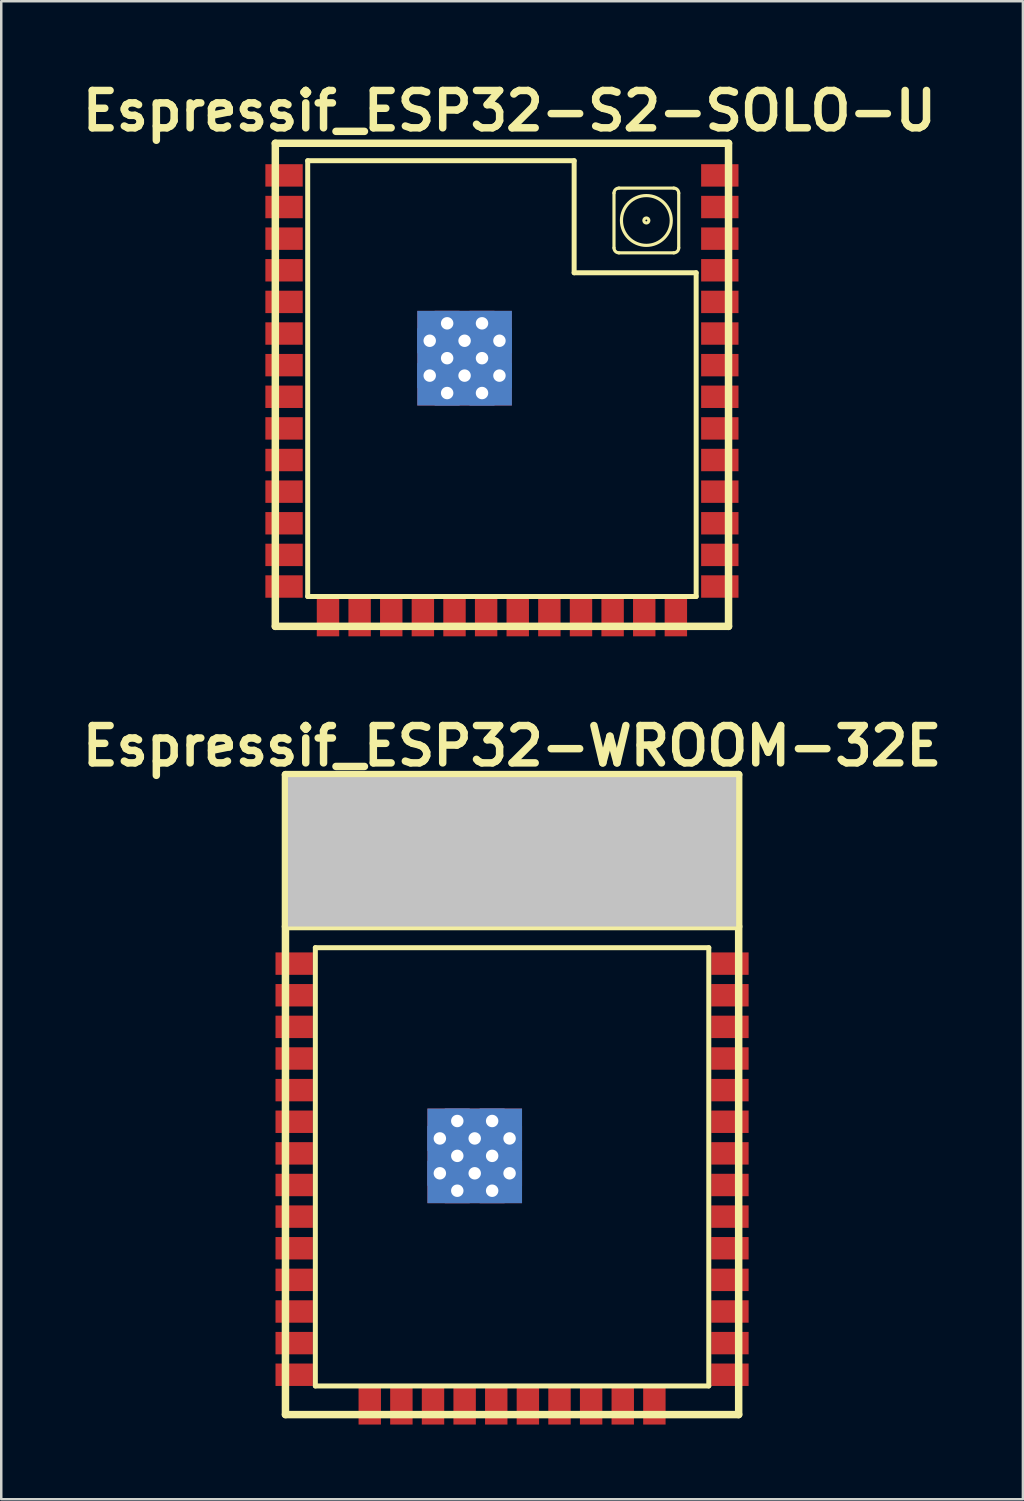
<source format=kicad_pcb>
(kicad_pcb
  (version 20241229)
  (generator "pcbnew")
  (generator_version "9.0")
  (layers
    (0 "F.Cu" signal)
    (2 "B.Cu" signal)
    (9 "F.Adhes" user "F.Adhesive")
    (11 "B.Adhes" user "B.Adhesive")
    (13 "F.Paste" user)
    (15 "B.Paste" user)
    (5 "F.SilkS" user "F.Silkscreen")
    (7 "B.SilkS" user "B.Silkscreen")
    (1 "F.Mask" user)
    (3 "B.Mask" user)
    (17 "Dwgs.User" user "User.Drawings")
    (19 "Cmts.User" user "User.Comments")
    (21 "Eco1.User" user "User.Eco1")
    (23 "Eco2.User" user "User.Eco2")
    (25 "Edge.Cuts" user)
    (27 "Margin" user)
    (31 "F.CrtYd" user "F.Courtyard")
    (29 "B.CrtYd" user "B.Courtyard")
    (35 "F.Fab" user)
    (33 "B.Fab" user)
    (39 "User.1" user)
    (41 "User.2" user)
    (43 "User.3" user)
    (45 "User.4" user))
  (footprint "Espressif_ESP32-WROOM-32E"
    (layer "F.Cu")
    (at 17.514 40.908)
    (property "Reference" "Espressif_ESP32-WROOM-32E" (at 0 -14 0) (layer "F.SilkS") (effects (font (size 1.5 1.5) (thickness 0.3))))
    (attr smd)
    (fp_line (start -9.1 -12.85) (end 9.1 -12.85) (stroke (width 0.3) (type solid)) (layer "F.SilkS"))
    (fp_line (start -9.1 -6.75) (end 9.1 -6.75) (stroke (width 0.3) (type solid)) (layer "F.SilkS"))
    (fp_line (start -9.1 12.85) (end -9.1 -12.85) (stroke (width 0.3) (type solid)) (layer "F.SilkS"))
    (fp_line (start -7.9 -5.9) (end -7.9 11.7) (stroke (width 0.2) (type solid)) (layer "F.SilkS"))
    (fp_line (start -6.6 -11.3) (end -6.6 -7.6) (stroke (width 0.381) (type solid)) (layer "F.SilkS"))
    (fp_line (start -6.6 -11.3) (end -4.4 -11.3) (stroke (width 0.381) (type solid)) (layer "F.SilkS"))
    (fp_line (start -4.4 -11.3) (end -4.4 -8.3) (stroke (width 0.381) (type solid)) (layer "F.SilkS"))
    (fp_line (start -2.2 -11.3) (end -2.2 -8.3) (stroke (width 0.381) (type solid)) (layer "F.SilkS"))
    (fp_line (start -2.2 -11.3) (end 0 -11.3) (stroke (width 0.381) (type solid)) (layer "F.SilkS"))
    (fp_line (start -2.2 -8.3) (end -4.4 -8.3) (stroke (width 0.381) (type solid)) (layer "F.SilkS"))
    (fp_line (start 0 -11.3) (end 0 -8.3) (stroke (width 0.381) (type solid)) (layer "F.SilkS"))
    (fp_line (start 2.2 -11.3) (end 2.2 -8.3) (stroke (width 0.381) (type solid)) (layer "F.SilkS"))
    (fp_line (start 2.2 -8.3) (end 0 -8.3) (stroke (width 0.381) (type solid)) (layer "F.SilkS"))
    (fp_line (start 4.4 -11.3) (end 4.4 -6.8) (stroke (width 0.381) (type solid)) (layer "F.SilkS"))
    (fp_line (start 6.6 -11.3) (end 2.2 -11.3) (stroke (width 0.381) (type solid)) (layer "F.SilkS"))
    (fp_line (start 6.6 -11.3) (end 6.6 -6.8) (stroke (width 0.381) (type solid)) (layer "F.SilkS"))
    (fp_line (start 7.9 -5.9) (end -7.9 -5.9) (stroke (width 0.2) (type solid)) (layer "F.SilkS"))
    (fp_line (start 7.9 -5.9) (end 7.9 11.7) (stroke (width 0.2) (type solid)) (layer "F.SilkS"))
    (fp_line (start 7.9 11.7) (end -7.9 11.7) (stroke (width 0.2) (type solid)) (layer "F.SilkS"))
    (fp_line (start 9.1 12.85) (end -9.1 12.85) (stroke (width 0.3) (type solid)) (layer "F.SilkS"))
    (fp_line (start 9.1 12.85) (end 9.1 -12.85) (stroke (width 0.3) (type solid)) (layer "F.SilkS"))
    (pad "" smd rect (at 0 -9.75) (size 18 6) (layers "Dwgs.User"))
    (pad "1" smd rect (at -8.75 -5.26) (size 1.5 0.9) (layers "F.Cu" "F.Mask" "F.Paste"))
    (pad "2" smd rect (at -8.75 -3.99) (size 1.5 0.9) (layers "F.Cu" "F.Mask" "F.Paste"))
    (pad "3" smd rect (at -8.75 -2.72) (size 1.5 0.9) (layers "F.Cu" "F.Mask" "F.Paste"))
    (pad "4" smd rect (at -8.75 -1.45) (size 1.5 0.9) (layers "F.Cu" "F.Mask" "F.Paste"))
    (pad "5" smd rect (at -8.75 -0.18) (size 1.5 0.9) (layers "F.Cu" "F.Mask" "F.Paste"))
    (pad "6" smd rect (at -8.75 1.09) (size 1.5 0.9) (layers "F.Cu" "F.Mask" "F.Paste"))
    (pad "7" smd rect (at -8.75 2.36) (size 1.5 0.9) (layers "F.Cu" "F.Mask" "F.Paste"))
    (pad "8" smd rect (at -8.75 3.63) (size 1.5 0.9) (layers "F.Cu" "F.Mask" "F.Paste"))
    (pad "9" smd rect (at -8.75 4.9) (size 1.5 0.9) (layers "F.Cu" "F.Mask" "F.Paste"))
    (pad "10" smd rect (at -8.75 6.17) (size 1.5 0.9) (layers "F.Cu" "F.Mask" "F.Paste"))
    (pad "11" smd rect (at -8.75 7.44) (size 1.5 0.9) (layers "F.Cu" "F.Mask" "F.Paste"))
    (pad "12" smd rect (at -8.75 8.71) (size 1.5 0.9) (layers "F.Cu" "F.Mask" "F.Paste"))
    (pad "13" smd rect (at -8.75 9.98) (size 1.5 0.9) (layers "F.Cu" "F.Mask" "F.Paste"))
    (pad "14" smd rect (at -8.75 11.25 180) (size 1.5 0.9) (layers "F.Cu" "F.Mask" "F.Paste"))
    (pad "15" smd rect (at -5.715 12.5 90) (size 1.5 0.9) (layers "F.Cu" "F.Mask" "F.Paste"))
    (pad "16" smd rect (at -4.445 12.5 90) (size 1.5 0.9) (layers "F.Cu" "F.Mask" "F.Paste"))
    (pad "17" smd rect (at -3.175 12.5 90) (size 1.5 0.9) (layers "F.Cu" "F.Mask" "F.Paste"))
    (pad "18" smd rect (at -1.905 12.5 90) (size 1.5 0.9) (layers "F.Cu" "F.Mask" "F.Paste"))
    (pad "19" smd rect (at -0.635 12.5 90) (size 1.5 0.9) (layers "F.Cu" "F.Mask" "F.Paste"))
    (pad "20" smd rect (at 0.635 12.5 90) (size 1.5 0.9) (layers "F.Cu" "F.Mask" "F.Paste"))
    (pad "21" smd rect (at 1.905 12.5 90) (size 1.5 0.9) (layers "F.Cu" "F.Mask" "F.Paste"))
    (pad "22" smd rect (at 3.175 12.5 90) (size 1.5 0.9) (layers "F.Cu" "F.Mask" "F.Paste"))
    (pad "23" smd rect (at 4.445 12.5 90) (size 1.5 0.9) (layers "F.Cu" "F.Mask" "F.Paste"))
    (pad "24" smd rect (at 5.715 12.5 90) (size 1.5 0.9) (layers "F.Cu" "F.Mask" "F.Paste"))
    (pad "25" smd rect (at 8.75 11.25) (size 1.5 0.9) (layers "F.Cu" "F.Mask" "F.Paste"))
    (pad "26" smd rect (at 8.75 9.98) (size 1.5 0.9) (layers "F.Cu" "F.Mask" "F.Paste"))
    (pad "27" smd rect (at 8.75 8.71) (size 1.5 0.9) (layers "F.Cu" "F.Mask" "F.Paste"))
    (pad "28" smd rect (at 8.75 7.44) (size 1.5 0.9) (layers "F.Cu" "F.Mask" "F.Paste"))
    (pad "29" smd rect (at 8.75 6.17) (size 1.5 0.9) (layers "F.Cu" "F.Mask" "F.Paste"))
    (pad "30" smd rect (at 8.75 4.9) (size 1.5 0.9) (layers "F.Cu" "F.Mask" "F.Paste"))
    (pad "31" smd rect (at 8.75 3.63) (size 1.5 0.9) (layers "F.Cu" "F.Mask" "F.Paste"))
    (pad "32" smd rect (at 8.75 2.36) (size 1.5 0.9) (layers "F.Cu" "F.Mask" "F.Paste"))
    (pad "33" smd rect (at 8.75 1.09) (size 1.5 0.9) (layers "F.Cu" "F.Mask" "F.Paste"))
    (pad "34" smd rect (at 8.75 -0.18) (size 1.5 0.9) (layers "F.Cu" "F.Mask" "F.Paste"))
    (pad "35" smd rect (at 8.75 -1.45) (size 1.5 0.9) (layers "F.Cu" "F.Mask" "F.Paste"))
    (pad "36" smd rect (at 8.75 -2.72) (size 1.5 0.9) (layers "F.Cu" "F.Mask" "F.Paste"))
    (pad "37" smd rect (at 8.75 -3.99) (size 1.5 0.9) (layers "F.Cu" "F.Mask" "F.Paste"))
    (pad "38" smd rect (at 8.75 -5.26) (size 1.5 0.9) (layers "F.Cu" "F.Mask" "F.Paste"))
    (pad "39" smd rect (at -2.9 1.06) (size 0.9 0.9) (layers "F.Cu" "F.Mask" "F.Paste"))
    (pad "39" thru_hole rect (at -2.9 1.76) (size 1 1) (drill 0.5) (layers "*.Cu"))
    (pad "39" smd rect (at -2.9 2.46) (size 0.9 0.9) (layers "F.Cu" "F.Mask" "F.Paste"))
    (pad "39" thru_hole rect (at -2.9 3.16) (size 1 1) (drill 0.5) (layers "*.Cu"))
    (pad "39" smd rect (at -2.9 3.86) (size 0.9 0.9) (layers "F.Cu" "F.Mask" "F.Paste"))
    (pad "39" thru_hole rect (at -2.2 1.06) (size 1 1) (drill 0.5) (layers "*.Cu"))
    (pad "39" thru_hole rect (at -2.2 2.46) (size 1 1) (drill 0.5) (layers "*.Cu"))
    (pad "39" thru_hole rect (at -2.2 3.86) (size 1 1) (drill 0.5) (layers "*.Cu"))
    (pad "39" smd rect (at -1.5 1.06) (size 0.9 0.9) (layers "F.Cu" "F.Mask" "F.Paste"))
    (pad "39" thru_hole rect (at -1.5 1.76) (size 1 1) (drill 0.5) (layers "*.Cu"))
    (pad "39" smd rect (at -1.5 2.46) (size 0.9 0.9) (layers "F.Cu" "F.Mask" "F.Paste"))
    (pad "39" smd rect (at -1.5 2.46) (size 3.8 3.8) (layers "F.Cu"))
    (pad "39" smd rect (at -1.5 2.46) (size 3.8 3.8) (layers "B.Cu"))
    (pad "39" thru_hole rect (at -1.5 3.16) (size 1 1) (drill 0.5) (layers "*.Cu"))
    (pad "39" smd rect (at -1.5 3.86) (size 0.9 0.9) (layers "F.Cu" "F.Mask" "F.Paste"))
    (pad "39" thru_hole rect (at -0.8 1.06) (size 1 1) (drill 0.5) (layers "*.Cu"))
    (pad "39" thru_hole rect (at -0.8 2.46) (size 1 1) (drill 0.5) (layers "*.Cu"))
    (pad "39" thru_hole rect (at -0.8 3.86) (size 1 1) (drill 0.5) (layers "*.Cu"))
    (pad "39" smd rect (at -0.1 1.06) (size 0.9 0.9) (layers "F.Cu" "F.Mask" "F.Paste"))
    (pad "39" thru_hole rect (at -0.1 1.76) (size 1 1) (drill 0.5) (layers "*.Cu"))
    (pad "39" smd rect (at -0.1 2.46) (size 0.9 0.9) (layers "F.Cu" "F.Mask" "F.Paste"))
    (pad "39" thru_hole rect (at -0.1 3.16) (size 1 1) (drill 0.5) (layers "*.Cu"))
    (pad "39" smd rect (at -0.1 3.86) (size 0.9 0.9) (layers "F.Cu" "F.Mask" "F.Paste")))
  (footprint "Espressif_ESP32-S2-SOLO-U"
    (layer "F.Cu")
    (at 17.107 12.404)
    (property "Reference" "Espressif_ESP32-S2-SOLO-U" (at 0.3 -11 0) (layer "F.SilkS") (effects (font (size 1.5 1.5) (thickness 0.3))))
    (attr smd)
    (fp_line (start -9.1 -9.7) (end 9.1 -9.7) (stroke (width 0.3) (type solid)) (layer "F.SilkS"))
    (fp_line (start -9.1 9.7) (end -9.1 -9.7) (stroke (width 0.3) (type solid)) (layer "F.SilkS"))
    (fp_line (start -7.8 -9) (end -7.8 8.5) (stroke (width 0.2) (type solid)) (layer "F.SilkS"))
    (fp_line (start 2.9 -9) (end -7.8 -9) (stroke (width 0.2) (type solid)) (layer "F.SilkS"))
    (fp_line (start 2.9 -9) (end 2.9 -4.5) (stroke (width 0.2) (type solid)) (layer "F.SilkS"))
    (fp_line (start 4.5 -5.5) (end 4.5 -7.7) (stroke (width 0.127) (type solid)) (layer "F.SilkS"))
    (fp_line (start 4.7 -7.9) (end 6.9 -7.9) (stroke (width 0.127) (type solid)) (layer "F.SilkS"))
    (fp_line (start 6.9 -5.3) (end 4.7 -5.3) (stroke (width 0.127) (type solid)) (layer "F.SilkS"))
    (fp_line (start 7.1 -7.7) (end 7.1 -5.5) (stroke (width 0.127) (type solid)) (layer "F.SilkS"))
    (fp_line (start 7.8 -4.5) (end 2.9 -4.5) (stroke (width 0.2) (type solid)) (layer "F.SilkS"))
    (fp_line (start 7.8 -4.5) (end 7.8 8.5) (stroke (width 0.2) (type solid)) (layer "F.SilkS"))
    (fp_line (start 7.8 8.5) (end -7.8 8.5) (stroke (width 0.2) (type solid)) (layer "F.SilkS"))
    (fp_line (start 9.1 9.7) (end -9.1 9.7) (stroke (width 0.3) (type solid)) (layer "F.SilkS"))
    (fp_line (start 9.1 9.7) (end 9.1 -9.7) (stroke (width 0.3) (type solid)) (layer "F.SilkS"))
    (fp_arc (start 4.5 -7.7) (mid 4.558579 -7.841421) (end 4.7 -7.9) (stroke (width 0.127) (type solid)) (layer "F.SilkS"))
    (fp_arc (start 4.7 -5.3) (mid 4.558579 -5.358579) (end 4.5 -5.5) (stroke (width 0.127) (type solid)) (layer "F.SilkS"))
    (fp_arc (start 6.9 -7.9) (mid 7.041421 -7.841421) (end 7.1 -7.7) (stroke (width 0.127) (type solid)) (layer "F.SilkS"))
    (fp_arc (start 7.1 -5.5) (mid 7.041421 -5.358579) (end 6.9 -5.3) (stroke (width 0.127) (type solid)) (layer "F.SilkS"))
    (fp_circle (center 5.8 -6.6) (end 4.8 -6.6) (stroke (width 0.127) (type solid)) (fill no) (layer "F.SilkS"))
    (fp_circle (center 5.8 -6.6) (end 5.7 -6.6) (stroke (width 0.127) (type solid)) (fill no) (layer "F.SilkS"))
    (pad "1" smd rect (at -8.75 -8.41) (size 1.5 0.9) (layers "F.Cu" "F.Mask" "F.Paste"))
    (pad "2" smd rect (at -8.75 -7.14) (size 1.5 0.9) (layers "F.Cu" "F.Mask" "F.Paste"))
    (pad "3" smd rect (at -8.75 -5.87) (size 1.5 0.9) (layers "F.Cu" "F.Mask" "F.Paste"))
    (pad "4" smd rect (at -8.75 -4.6) (size 1.5 0.9) (layers "F.Cu" "F.Mask" "F.Paste"))
    (pad "5" smd rect (at -8.75 -3.33) (size 1.5 0.9) (layers "F.Cu" "F.Mask" "F.Paste"))
    (pad "6" smd rect (at -8.75 -2.06) (size 1.5 0.9) (layers "F.Cu" "F.Mask" "F.Paste"))
    (pad "7" smd rect (at -8.75 -0.79) (size 1.5 0.9) (layers "F.Cu" "F.Mask" "F.Paste"))
    (pad "8" smd rect (at -8.75 0.48) (size 1.5 0.9) (layers "F.Cu" "F.Mask" "F.Paste"))
    (pad "9" smd rect (at -8.75 1.75) (size 1.5 0.9) (layers "F.Cu" "F.Mask" "F.Paste"))
    (pad "10" smd rect (at -8.75 3.02) (size 1.5 0.9) (layers "F.Cu" "F.Mask" "F.Paste"))
    (pad "11" smd rect (at -8.75 4.29) (size 1.5 0.9) (layers "F.Cu" "F.Mask" "F.Paste"))
    (pad "12" smd rect (at -8.75 5.56) (size 1.5 0.9) (layers "F.Cu" "F.Mask" "F.Paste"))
    (pad "13" smd rect (at -8.75 6.83) (size 1.5 0.9) (layers "F.Cu" "F.Mask" "F.Paste"))
    (pad "14" smd rect (at -8.75 8.1 180) (size 1.5 0.9) (layers "F.Cu" "F.Mask" "F.Paste"))
    (pad "15" smd rect (at -6.985 9.35 90) (size 1.5 0.9) (layers "F.Cu" "F.Mask" "F.Paste"))
    (pad "16" smd rect (at -5.715 9.35 90) (size 1.5 0.9) (layers "F.Cu" "F.Mask" "F.Paste"))
    (pad "17" smd rect (at -4.445 9.35 90) (size 1.5 0.9) (layers "F.Cu" "F.Mask" "F.Paste"))
    (pad "18" smd rect (at -3.175 9.35 90) (size 1.5 0.9) (layers "F.Cu" "F.Mask" "F.Paste"))
    (pad "19" smd rect (at -1.905 9.35 90) (size 1.5 0.9) (layers "F.Cu" "F.Mask" "F.Paste"))
    (pad "20" smd rect (at -0.635 9.35 90) (size 1.5 0.9) (layers "F.Cu" "F.Mask" "F.Paste"))
    (pad "21" smd rect (at 0.635 9.35 90) (size 1.5 0.9) (layers "F.Cu" "F.Mask" "F.Paste"))
    (pad "22" smd rect (at 1.905 9.35 90) (size 1.5 0.9) (layers "F.Cu" "F.Mask" "F.Paste"))
    (pad "23" smd rect (at 3.175 9.35 90) (size 1.5 0.9) (layers "F.Cu" "F.Mask" "F.Paste"))
    (pad "24" smd rect (at 4.445 9.35 90) (size 1.5 0.9) (layers "F.Cu" "F.Mask" "F.Paste"))
    (pad "25" smd rect (at 5.715 9.35 90) (size 1.5 0.9) (layers "F.Cu" "F.Mask" "F.Paste"))
    (pad "26" smd rect (at 6.985 9.35 90) (size 1.5 0.9) (layers "F.Cu" "F.Mask" "F.Paste"))
    (pad "27" smd rect (at 8.75 8.1) (size 1.5 0.9) (layers "F.Cu" "F.Mask" "F.Paste"))
    (pad "28" smd rect (at 8.75 6.83) (size 1.5 0.9) (layers "F.Cu" "F.Mask" "F.Paste"))
    (pad "29" smd rect (at 8.75 5.56) (size 1.5 0.9) (layers "F.Cu" "F.Mask" "F.Paste"))
    (pad "30" smd rect (at 8.75 4.29) (size 1.5 0.9) (layers "F.Cu" "F.Mask" "F.Paste"))
    (pad "31" smd rect (at 8.75 3.02) (size 1.5 0.9) (layers "F.Cu" "F.Mask" "F.Paste"))
    (pad "32" smd rect (at 8.75 1.75) (size 1.5 0.9) (layers "F.Cu" "F.Mask" "F.Paste"))
    (pad "33" smd rect (at 8.75 0.48) (size 1.5 0.9) (layers "F.Cu" "F.Mask" "F.Paste"))
    (pad "34" smd rect (at 8.75 -0.79) (size 1.5 0.9) (layers "F.Cu" "F.Mask" "F.Paste"))
    (pad "35" smd rect (at 8.75 -2.06) (size 1.5 0.9) (layers "F.Cu" "F.Mask" "F.Paste"))
    (pad "36" smd rect (at 8.75 -3.33) (size 1.5 0.9) (layers "F.Cu" "F.Mask" "F.Paste"))
    (pad "37" smd rect (at 8.75 -4.6) (size 1.5 0.9) (layers "F.Cu" "F.Mask" "F.Paste"))
    (pad "38" smd rect (at 8.75 -5.87) (size 1.5 0.9) (layers "F.Cu" "F.Mask" "F.Paste"))
    (pad "39" smd rect (at 8.75 -7.14) (size 1.5 0.9) (layers "F.Cu" "F.Mask" "F.Paste"))
    (pad "40" smd rect (at 8.75 -8.41) (size 1.5 0.9) (layers "F.Cu" "F.Mask" "F.Paste"))
    (pad "41" smd rect (at -2.9 -2.47) (size 0.9 0.9) (layers "F.Cu" "F.Mask" "F.Paste"))
    (pad "41" thru_hole rect (at -2.9 -1.77) (size 1 1) (drill 0.5) (layers "*.Cu"))
    (pad "41" smd rect (at -2.9 -1.07) (size 0.9 0.9) (layers "F.Cu" "F.Mask" "F.Paste"))
    (pad "41" thru_hole rect (at -2.9 -0.37) (size 1 1) (drill 0.5) (layers "*.Cu"))
    (pad "41" smd rect (at -2.9 0.33) (size 0.9 0.9) (layers "F.Cu" "F.Mask" "F.Paste"))
    (pad "41" thru_hole rect (at -2.2 -2.47) (size 1 1) (drill 0.5) (layers "*.Cu"))
    (pad "41" thru_hole rect (at -2.2 -1.07) (size 1 1) (drill 0.5) (layers "*.Cu"))
    (pad "41" thru_hole rect (at -2.2 0.33) (size 1 1) (drill 0.5) (layers "*.Cu"))
    (pad "41" smd rect (at -1.5 -2.47) (size 0.9 0.9) (layers "F.Cu" "F.Mask" "F.Paste"))
    (pad "41" thru_hole rect (at -1.5 -1.77) (size 1 1) (drill 0.5) (layers "*.Cu"))
    (pad "41" smd rect (at -1.5 -1.07) (size 0.9 0.9) (layers "F.Cu" "F.Mask" "F.Paste"))
    (pad "41" smd rect (at -1.5 -1.07) (size 3.8 3.8) (layers "F.Cu"))
    (pad "41" smd rect (at -1.5 -1.07) (size 3.8 3.8) (layers "B.Cu"))
    (pad "41" thru_hole rect (at -1.5 -0.37) (size 1 1) (drill 0.5) (layers "*.Cu"))
    (pad "41" smd rect (at -1.5 0.33) (size 0.9 0.9) (layers "F.Cu" "F.Mask" "F.Paste"))
    (pad "41" thru_hole rect (at -0.8 -2.47) (size 1 1) (drill 0.5) (layers "*.Cu"))
    (pad "41" thru_hole rect (at -0.8 -1.07) (size 1 1) (drill 0.5) (layers "*.Cu"))
    (pad "41" thru_hole rect (at -0.8 0.33) (size 1 1) (drill 0.5) (layers "*.Cu"))
    (pad "41" smd rect (at -0.1 -2.47) (size 0.9 0.9) (layers "F.Cu" "F.Mask" "F.Paste"))
    (pad "41" thru_hole rect (at -0.1 -1.77) (size 1 1) (drill 0.5) (layers "*.Cu"))
    (pad "41" smd rect (at -0.1 -1.07) (size 0.9 0.9) (layers "F.Cu" "F.Mask" "F.Paste"))
    (pad "41" thru_hole rect (at -0.1 -0.37) (size 1 1) (drill 0.5) (layers "*.Cu"))
    (pad "41" smd rect (at -0.1 0.33) (size 0.9 0.9) (layers "F.Cu" "F.Mask" "F.Paste")))
  (gr_rect
    (start -3 -3)
    (end 38.029 57.158)
    (stroke (width 0.1) (type default))
    (fill no)
    (layer "Edge.Cuts")))
</source>
